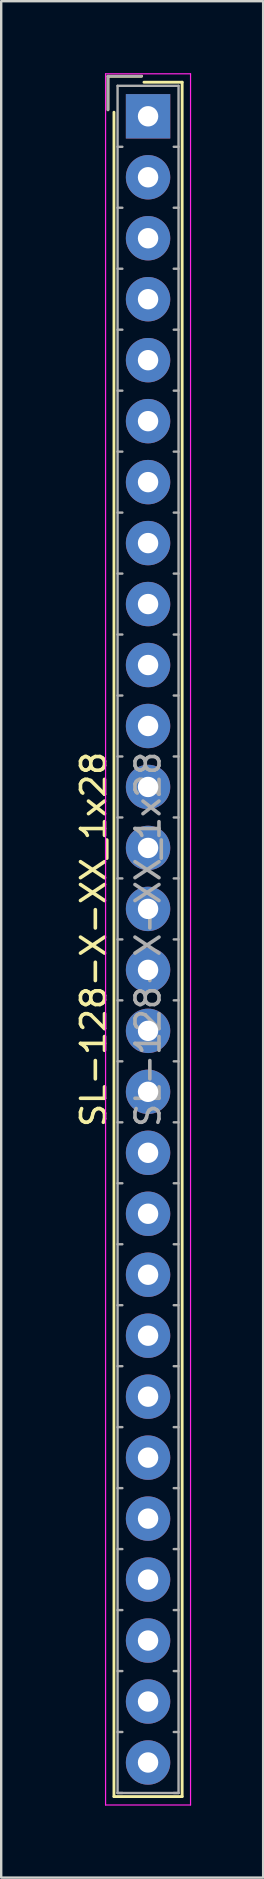
<source format=kicad_pcb>
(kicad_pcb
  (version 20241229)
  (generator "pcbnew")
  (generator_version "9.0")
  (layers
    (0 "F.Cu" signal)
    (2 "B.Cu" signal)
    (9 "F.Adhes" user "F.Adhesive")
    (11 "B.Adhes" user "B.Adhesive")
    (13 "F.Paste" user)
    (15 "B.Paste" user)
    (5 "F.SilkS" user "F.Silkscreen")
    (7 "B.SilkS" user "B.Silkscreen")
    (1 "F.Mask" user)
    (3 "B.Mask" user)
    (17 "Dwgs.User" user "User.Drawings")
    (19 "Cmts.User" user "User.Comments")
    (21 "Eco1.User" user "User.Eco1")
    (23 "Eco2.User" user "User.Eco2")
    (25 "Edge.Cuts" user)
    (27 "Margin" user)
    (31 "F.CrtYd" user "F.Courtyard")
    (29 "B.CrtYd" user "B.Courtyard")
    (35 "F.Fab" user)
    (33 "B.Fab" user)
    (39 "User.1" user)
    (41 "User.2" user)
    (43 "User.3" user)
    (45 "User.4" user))
  (footprint "SL-128-X-XX_1x28"
    (layer "F.Cu")
    (at 3.118 1.795)
    (property "Reference" "SL-128-X-XX_1x28" (at -2.27 34.29 90) (layer "F.SilkS") (effects (font (size 1 1) (thickness 0.15))))
    (attr through_hole)
    (fp_line (start -1.67 -1.67) (end -1.67 -0.27) (stroke (width 0.12) (type solid)) (layer "F.SilkS"))
    (fp_line (start -1.42 70) (end -1.42 -0.17) (stroke (width 0.12) (type solid)) (layer "F.SilkS"))
    (fp_line (start -0.27 -1.67) (end -1.67 -1.67) (stroke (width 0.12) (type solid)) (layer "F.SilkS"))
    (fp_line (start -0.17 -1.42) (end 1.42 -1.42) (stroke (width 0.12) (type solid)) (layer "F.SilkS"))
    (fp_line (start 1.42 -1.42) (end 1.42 70) (stroke (width 0.12) (type solid)) (layer "F.SilkS"))
    (fp_line (start 1.42 70) (end -1.42 70) (stroke (width 0.12) (type solid)) (layer "F.SilkS"))
    (fp_line (start -1.77 -1.77) (end -1.77 70.35) (stroke (width 0.05) (type solid)) (layer "F.CrtYd"))
    (fp_line (start -1.77 70.35) (end 1.77 70.35) (stroke (width 0.05) (type solid)) (layer "F.CrtYd"))
    (fp_line (start 1.77 -1.77) (end -1.77 -1.77) (stroke (width 0.05) (type solid)) (layer "F.CrtYd"))
    (fp_line (start 1.77 70.35) (end 1.77 -1.77) (stroke (width 0.05) (type solid)) (layer "F.CrtYd"))
    (fp_line (start -1.67 -1.67) (end -1.67 -0.27) (stroke (width 0.1) (type solid)) (layer "F.Fab"))
    (fp_line (start -1.27 -1.27) (end -1.27 69.85) (stroke (width 0.1) (type solid)) (layer "F.Fab"))
    (fp_line (start -1.27 1.27) (end -1.07 1.27) (stroke (width 0.1) (type solid)) (layer "F.Fab"))
    (fp_line (start -1.27 3.81) (end -1.07 3.81) (stroke (width 0.1) (type solid)) (layer "F.Fab"))
    (fp_line (start -1.27 6.35) (end -1.07 6.35) (stroke (width 0.1) (type solid)) (layer "F.Fab"))
    (fp_line (start -1.27 8.89) (end -1.07 8.89) (stroke (width 0.1) (type solid)) (layer "F.Fab"))
    (fp_line (start -1.27 11.43) (end -1.07 11.43) (stroke (width 0.1) (type solid)) (layer "F.Fab"))
    (fp_line (start -1.27 13.97) (end -1.07 13.97) (stroke (width 0.1) (type solid)) (layer "F.Fab"))
    (fp_line (start -1.27 16.51) (end -1.07 16.51) (stroke (width 0.1) (type solid)) (layer "F.Fab"))
    (fp_line (start -1.27 19.05) (end -1.07 19.05) (stroke (width 0.1) (type solid)) (layer "F.Fab"))
    (fp_line (start -1.27 21.59) (end -1.07 21.59) (stroke (width 0.1) (type solid)) (layer "F.Fab"))
    (fp_line (start -1.27 24.13) (end -1.07 24.13) (stroke (width 0.1) (type solid)) (layer "F.Fab"))
    (fp_line (start -1.27 26.67) (end -1.07 26.67) (stroke (width 0.1) (type solid)) (layer "F.Fab"))
    (fp_line (start -1.27 29.21) (end -1.07 29.21) (stroke (width 0.1) (type solid)) (layer "F.Fab"))
    (fp_line (start -1.27 31.75) (end -1.07 31.75) (stroke (width 0.1) (type solid)) (layer "F.Fab"))
    (fp_line (start -1.27 34.29) (end -1.07 34.29) (stroke (width 0.1) (type solid)) (layer "F.Fab"))
    (fp_line (start -1.27 36.83) (end -1.07 36.83) (stroke (width 0.1) (type solid)) (layer "F.Fab"))
    (fp_line (start -1.27 39.37) (end -1.07 39.37) (stroke (width 0.1) (type solid)) (layer "F.Fab"))
    (fp_line (start -1.27 41.91) (end -1.07 41.91) (stroke (width 0.1) (type solid)) (layer "F.Fab"))
    (fp_line (start -1.27 44.45) (end -1.07 44.45) (stroke (width 0.1) (type solid)) (layer "F.Fab"))
    (fp_line (start -1.27 46.99) (end -1.07 46.99) (stroke (width 0.1) (type solid)) (layer "F.Fab"))
    (fp_line (start -1.27 49.53) (end -1.07 49.53) (stroke (width 0.1) (type solid)) (layer "F.Fab"))
    (fp_line (start -1.27 52.07) (end -1.07 52.07) (stroke (width 0.1) (type solid)) (layer "F.Fab"))
    (fp_line (start -1.27 54.61) (end -1.07 54.61) (stroke (width 0.1) (type solid)) (layer "F.Fab"))
    (fp_line (start -1.27 57.15) (end -1.07 57.15) (stroke (width 0.1) (type solid)) (layer "F.Fab"))
    (fp_line (start -1.27 59.69) (end -1.07 59.69) (stroke (width 0.1) (type solid)) (layer "F.Fab"))
    (fp_line (start -1.27 62.23) (end -1.07 62.23) (stroke (width 0.1) (type solid)) (layer "F.Fab"))
    (fp_line (start -1.27 64.77) (end -1.07 64.77) (stroke (width 0.1) (type solid)) (layer "F.Fab"))
    (fp_line (start -1.27 67.31) (end -1.07 67.31) (stroke (width 0.1) (type solid)) (layer "F.Fab"))
    (fp_line (start -1.27 69.85) (end -1.07 69.85) (stroke (width 0.1) (type solid)) (layer "F.Fab"))
    (fp_line (start -1.27 69.85) (end 1.27 69.85) (stroke (width 0.1) (type solid)) (layer "F.Fab"))
    (fp_line (start -0.27 -1.67) (end -1.67 -1.67) (stroke (width 0.1) (type solid)) (layer "F.Fab"))
    (fp_line (start 1.27 -1.27) (end -1.27 -1.27) (stroke (width 0.1) (type solid)) (layer "F.Fab"))
    (fp_line (start 1.27 1.27) (end 1.07 1.27) (stroke (width 0.1) (type solid)) (layer "F.Fab"))
    (fp_line (start 1.27 3.81) (end 1.07 3.81) (stroke (width 0.1) (type solid)) (layer "F.Fab"))
    (fp_line (start 1.27 6.35) (end 1.07 6.35) (stroke (width 0.1) (type solid)) (layer "F.Fab"))
    (fp_line (start 1.27 8.89) (end 1.07 8.89) (stroke (width 0.1) (type solid)) (layer "F.Fab"))
    (fp_line (start 1.27 11.43) (end 1.07 11.43) (stroke (width 0.1) (type solid)) (layer "F.Fab"))
    (fp_line (start 1.27 13.97) (end 1.07 13.97) (stroke (width 0.1) (type solid)) (layer "F.Fab"))
    (fp_line (start 1.27 16.51) (end 1.07 16.51) (stroke (width 0.1) (type solid)) (layer "F.Fab"))
    (fp_line (start 1.27 19.05) (end 1.07 19.05) (stroke (width 0.1) (type solid)) (layer "F.Fab"))
    (fp_line (start 1.27 21.59) (end 1.07 21.59) (stroke (width 0.1) (type solid)) (layer "F.Fab"))
    (fp_line (start 1.27 24.13) (end 1.07 24.13) (stroke (width 0.1) (type solid)) (layer "F.Fab"))
    (fp_line (start 1.27 26.67) (end 1.07 26.67) (stroke (width 0.1) (type solid)) (layer "F.Fab"))
    (fp_line (start 1.27 29.21) (end 1.07 29.21) (stroke (width 0.1) (type solid)) (layer "F.Fab"))
    (fp_line (start 1.27 31.75) (end 1.07 31.75) (stroke (width 0.1) (type solid)) (layer "F.Fab"))
    (fp_line (start 1.27 34.29) (end 1.07 34.29) (stroke (width 0.1) (type solid)) (layer "F.Fab"))
    (fp_line (start 1.27 36.83) (end 1.07 36.83) (stroke (width 0.1) (type solid)) (layer "F.Fab"))
    (fp_line (start 1.27 39.37) (end 1.07 39.37) (stroke (width 0.1) (type solid)) (layer "F.Fab"))
    (fp_line (start 1.27 41.91) (end 1.07 41.91) (stroke (width 0.1) (type solid)) (layer "F.Fab"))
    (fp_line (start 1.27 44.45) (end 1.07 44.45) (stroke (width 0.1) (type solid)) (layer "F.Fab"))
    (fp_line (start 1.27 46.99) (end 1.07 46.99) (stroke (width 0.1) (type solid)) (layer "F.Fab"))
    (fp_line (start 1.27 49.53) (end 1.07 49.53) (stroke (width 0.1) (type solid)) (layer "F.Fab"))
    (fp_line (start 1.27 52.07) (end 1.07 52.07) (stroke (width 0.1) (type solid)) (layer "F.Fab"))
    (fp_line (start 1.27 54.61) (end 1.07 54.61) (stroke (width 0.1) (type solid)) (layer "F.Fab"))
    (fp_line (start 1.27 57.15) (end 1.07 57.15) (stroke (width 0.1) (type solid)) (layer "F.Fab"))
    (fp_line (start 1.27 59.69) (end 1.07 59.69) (stroke (width 0.1) (type solid)) (layer "F.Fab"))
    (fp_line (start 1.27 62.23) (end 1.07 62.23) (stroke (width 0.1) (type solid)) (layer "F.Fab"))
    (fp_line (start 1.27 64.77) (end 1.07 64.77) (stroke (width 0.1) (type solid)) (layer "F.Fab"))
    (fp_line (start 1.27 67.31) (end 1.07 67.31) (stroke (width 0.1) (type solid)) (layer "F.Fab"))
    (fp_line (start 1.27 69.85) (end 1.07 69.85) (stroke (width 0.1) (type solid)) (layer "F.Fab"))
    (fp_line (start 1.27 69.85) (end 1.27 -1.27) (stroke (width 0.1) (type solid)) (layer "F.Fab"))
    (fp_text user "${REFERENCE}" (at 0 34.29 90) (layer "F.Fab") (effects (font (size 1 1) (thickness 0.15))))
    (pad "1" thru_hole rect (at 0 0) (size 1.85 1.85) (drill 0.85) (layers "*.Cu" "*.Mask"))
    (pad "2" thru_hole circle (at 0 2.54) (size 1.85 1.85) (drill 0.85) (layers "*.Cu" "*.Mask"))
    (pad "3" thru_hole circle (at 0 5.08) (size 1.85 1.85) (drill 0.85) (layers "*.Cu" "*.Mask"))
    (pad "4" thru_hole circle (at 0 7.62) (size 1.85 1.85) (drill 0.85) (layers "*.Cu" "*.Mask"))
    (pad "5" thru_hole circle (at 0 10.16) (size 1.85 1.85) (drill 0.85) (layers "*.Cu" "*.Mask"))
    (pad "6" thru_hole circle (at 0 12.7) (size 1.85 1.85) (drill 0.85) (layers "*.Cu" "*.Mask"))
    (pad "7" thru_hole circle (at 0 15.24) (size 1.85 1.85) (drill 0.85) (layers "*.Cu" "*.Mask"))
    (pad "8" thru_hole circle (at 0 17.78) (size 1.85 1.85) (drill 0.85) (layers "*.Cu" "*.Mask"))
    (pad "9" thru_hole circle (at 0 20.32) (size 1.85 1.85) (drill 0.85) (layers "*.Cu" "*.Mask"))
    (pad "10" thru_hole circle (at 0 22.86) (size 1.85 1.85) (drill 0.85) (layers "*.Cu" "*.Mask"))
    (pad "11" thru_hole circle (at 0 25.4) (size 1.85 1.85) (drill 0.85) (layers "*.Cu" "*.Mask"))
    (pad "12" thru_hole circle (at 0 27.94) (size 1.85 1.85) (drill 0.85) (layers "*.Cu" "*.Mask"))
    (pad "13" thru_hole circle (at 0 30.48) (size 1.85 1.85) (drill 0.85) (layers "*.Cu" "*.Mask"))
    (pad "14" thru_hole circle (at 0 33.02) (size 1.85 1.85) (drill 0.85) (layers "*.Cu" "*.Mask"))
    (pad "15" thru_hole circle (at 0 35.56) (size 1.85 1.85) (drill 0.85) (layers "*.Cu" "*.Mask"))
    (pad "16" thru_hole circle (at 0 38.1) (size 1.85 1.85) (drill 0.85) (layers "*.Cu" "*.Mask"))
    (pad "17" thru_hole circle (at 0 40.64) (size 1.85 1.85) (drill 0.85) (layers "*.Cu" "*.Mask"))
    (pad "18" thru_hole circle (at 0 43.18) (size 1.85 1.85) (drill 0.85) (layers "*.Cu" "*.Mask"))
    (pad "19" thru_hole circle (at 0 45.72) (size 1.85 1.85) (drill 0.85) (layers "*.Cu" "*.Mask"))
    (pad "20" thru_hole circle (at 0 48.26) (size 1.85 1.85) (drill 0.85) (layers "*.Cu" "*.Mask"))
    (pad "21" thru_hole circle (at 0 50.8) (size 1.85 1.85) (drill 0.85) (layers "*.Cu" "*.Mask"))
    (pad "22" thru_hole circle (at 0 53.34) (size 1.85 1.85) (drill 0.85) (layers "*.Cu" "*.Mask"))
    (pad "23" thru_hole circle (at 0 55.88) (size 1.85 1.85) (drill 0.85) (layers "*.Cu" "*.Mask"))
    (pad "24" thru_hole circle (at 0 58.42) (size 1.85 1.85) (drill 0.85) (layers "*.Cu" "*.Mask"))
    (pad "25" thru_hole circle (at 0 60.96) (size 1.85 1.85) (drill 0.85) (layers "*.Cu" "*.Mask"))
    (pad "26" thru_hole circle (at 0 63.5) (size 1.85 1.85) (drill 0.85) (layers "*.Cu" "*.Mask"))
    (pad "27" thru_hole circle (at 0 66.04) (size 1.85 1.85) (drill 0.85) (layers "*.Cu" "*.Mask"))
    (pad "28" thru_hole circle (at 0 68.58) (size 1.85 1.85) (drill 0.85) (layers "*.Cu" "*.Mask")))
  (gr_rect
    (start -3 -3)
    (end 7.913 75.17)
    (stroke (width 0.1) (type default))
    (fill no)
    (layer "Edge.Cuts")))
</source>
